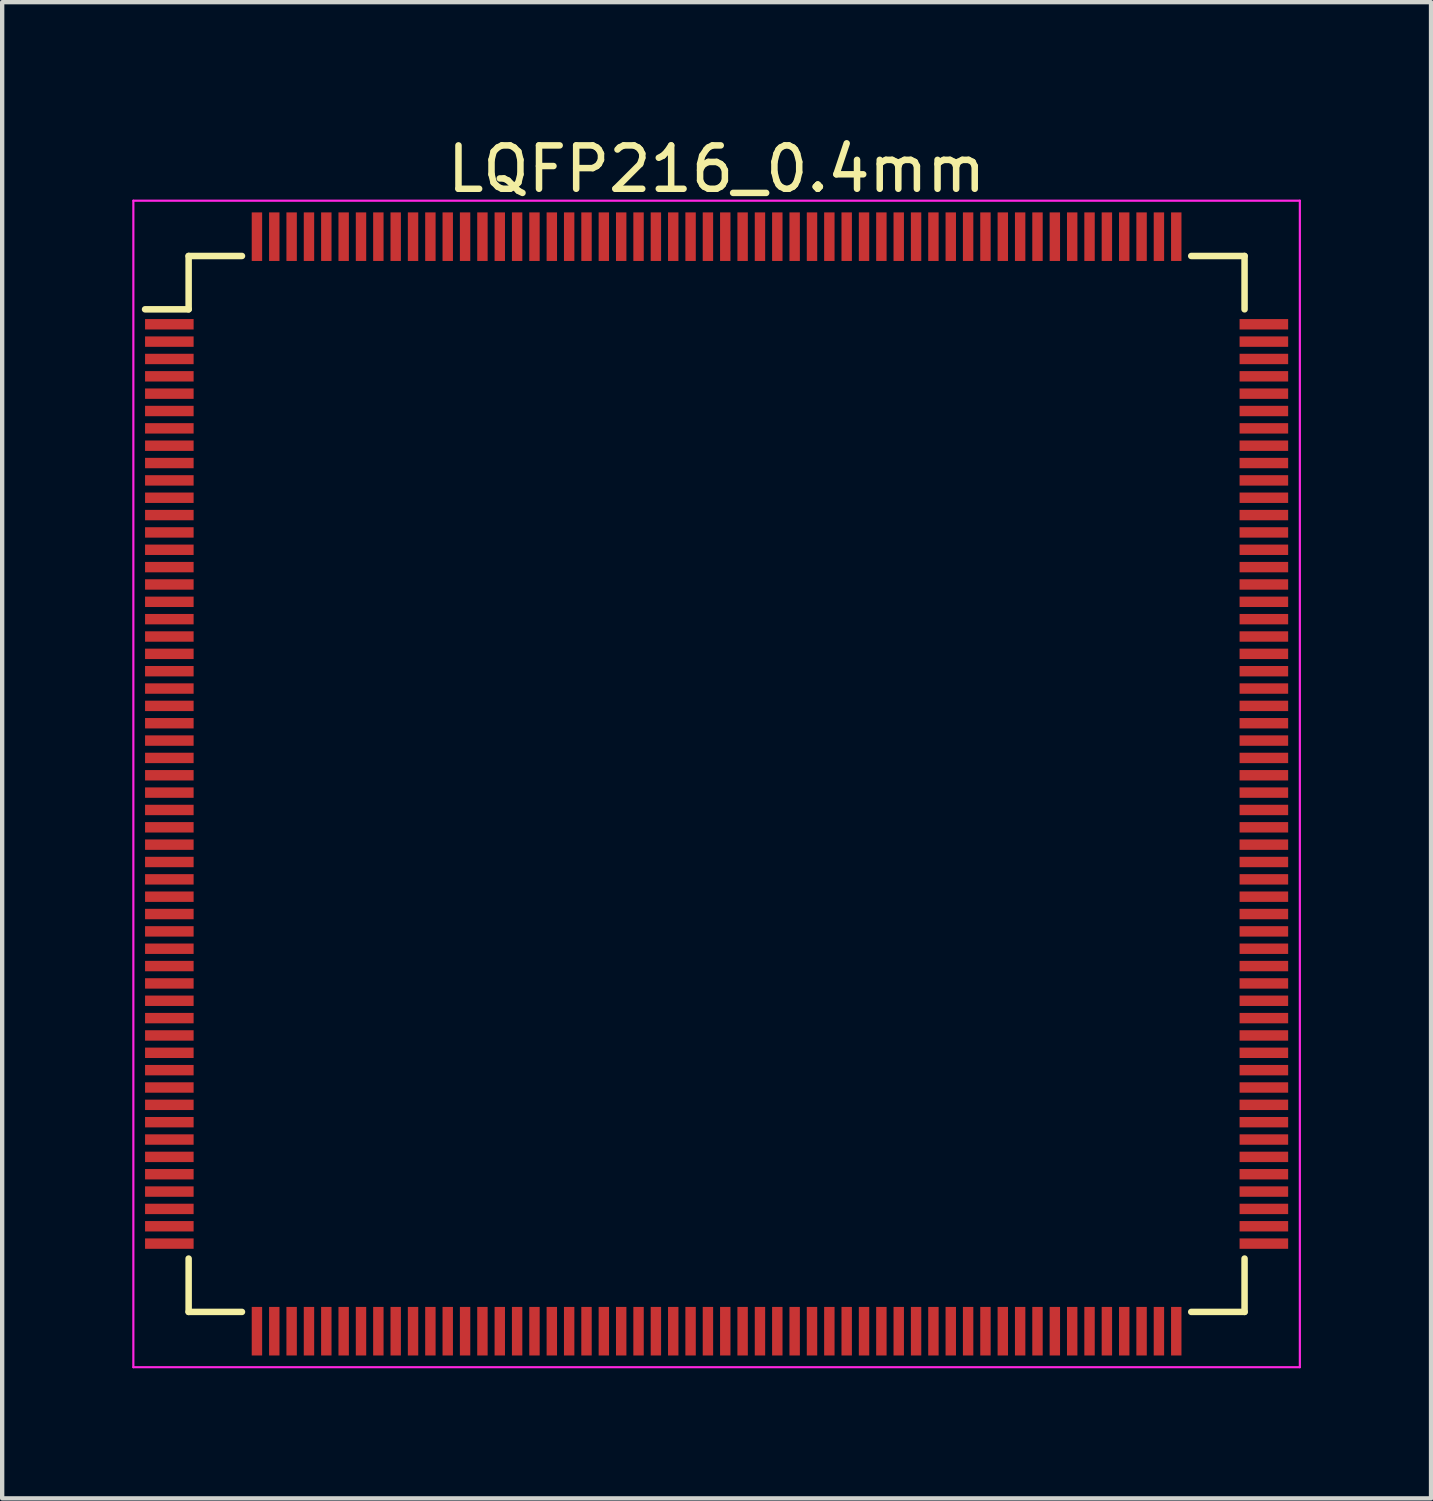
<source format=kicad_pcb>
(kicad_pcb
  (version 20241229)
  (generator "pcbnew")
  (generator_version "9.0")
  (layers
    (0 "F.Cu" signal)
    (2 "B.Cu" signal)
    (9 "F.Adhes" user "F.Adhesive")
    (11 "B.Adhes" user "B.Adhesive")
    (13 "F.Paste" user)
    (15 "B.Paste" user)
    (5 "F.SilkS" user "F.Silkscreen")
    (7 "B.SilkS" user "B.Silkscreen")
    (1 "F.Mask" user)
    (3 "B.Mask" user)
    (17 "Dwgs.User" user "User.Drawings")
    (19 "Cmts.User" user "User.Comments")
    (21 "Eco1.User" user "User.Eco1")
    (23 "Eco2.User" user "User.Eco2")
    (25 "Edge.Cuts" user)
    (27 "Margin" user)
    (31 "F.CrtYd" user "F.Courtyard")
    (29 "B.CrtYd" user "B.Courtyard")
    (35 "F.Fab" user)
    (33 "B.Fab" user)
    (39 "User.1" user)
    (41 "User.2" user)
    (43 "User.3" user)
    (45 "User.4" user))
  (footprint "LQFP216_0.4mm"
    (layer "F.Cu")
    (at 13.475 15.028)
    (property "Reference" "LQFP216_0.4mm" (at 0 -14.18 0) (layer "F.SilkS") (effects (font (size 1 1) (thickness 0.15))))
    (attr smd)
    (fp_line (start -12.175 -12.175) (end -12.175 -10.945) (stroke (width 0.15) (type solid)) (layer "F.SilkS"))
    (fp_line (start -12.175 -12.175) (end -10.945 -12.175) (stroke (width 0.15) (type solid)) (layer "F.SilkS"))
    (fp_line (start -12.175 -10.945) (end -13.18 -10.945) (stroke (width 0.15) (type solid)) (layer "F.SilkS"))
    (fp_line (start -12.175 12.175) (end -12.175 10.945) (stroke (width 0.15) (type solid)) (layer "F.SilkS"))
    (fp_line (start -12.175 12.175) (end -10.945 12.175) (stroke (width 0.15) (type solid)) (layer "F.SilkS"))
    (fp_line (start 12.175 -12.175) (end 10.945 -12.175) (stroke (width 0.15) (type solid)) (layer "F.SilkS"))
    (fp_line (start 12.175 -12.175) (end 12.175 -10.945) (stroke (width 0.15) (type solid)) (layer "F.SilkS"))
    (fp_line (start 12.175 12.175) (end 10.945 12.175) (stroke (width 0.15) (type solid)) (layer "F.SilkS"))
    (fp_line (start 12.175 12.175) (end 12.175 10.945) (stroke (width 0.15) (type solid)) (layer "F.SilkS"))
    (fp_line (start -13.45 -13.45) (end -13.45 13.45) (stroke (width 0.05) (type solid)) (layer "F.CrtYd"))
    (fp_line (start -13.45 -13.45) (end 13.45 -13.45) (stroke (width 0.05) (type solid)) (layer "F.CrtYd"))
    (fp_line (start -13.45 13.45) (end 13.45 13.45) (stroke (width 0.05) (type solid)) (layer "F.CrtYd"))
    (fp_line (start 13.45 -13.45) (end 13.45 13.45) (stroke (width 0.05) (type solid)) (layer "F.CrtYd"))
    (pad "1" smd rect (at -12.62 -10.6) (size 1.12 0.24) (layers "F.Cu" "F.Mask" "F.Paste"))
    (pad "2" smd rect (at -12.62 -10.2) (size 1.12 0.24) (layers "F.Cu" "F.Mask" "F.Paste"))
    (pad "3" smd rect (at -12.62 -9.8) (size 1.12 0.24) (layers "F.Cu" "F.Mask" "F.Paste"))
    (pad "4" smd rect (at -12.62 -9.4) (size 1.12 0.24) (layers "F.Cu" "F.Mask" "F.Paste"))
    (pad "5" smd rect (at -12.62 -9) (size 1.12 0.24) (layers "F.Cu" "F.Mask" "F.Paste"))
    (pad "6" smd rect (at -12.62 -8.6) (size 1.12 0.24) (layers "F.Cu" "F.Mask" "F.Paste"))
    (pad "7" smd rect (at -12.62 -8.2) (size 1.12 0.24) (layers "F.Cu" "F.Mask" "F.Paste"))
    (pad "8" smd rect (at -12.62 -7.8) (size 1.12 0.24) (layers "F.Cu" "F.Mask" "F.Paste"))
    (pad "9" smd rect (at -12.62 -7.4) (size 1.12 0.24) (layers "F.Cu" "F.Mask" "F.Paste"))
    (pad "10" smd rect (at -12.62 -7) (size 1.12 0.24) (layers "F.Cu" "F.Mask" "F.Paste"))
    (pad "11" smd rect (at -12.62 -6.6) (size 1.12 0.24) (layers "F.Cu" "F.Mask" "F.Paste"))
    (pad "12" smd rect (at -12.62 -6.2) (size 1.12 0.24) (layers "F.Cu" "F.Mask" "F.Paste"))
    (pad "13" smd rect (at -12.62 -5.8) (size 1.12 0.24) (layers "F.Cu" "F.Mask" "F.Paste"))
    (pad "14" smd rect (at -12.62 -5.4) (size 1.12 0.24) (layers "F.Cu" "F.Mask" "F.Paste"))
    (pad "15" smd rect (at -12.62 -5) (size 1.12 0.24) (layers "F.Cu" "F.Mask" "F.Paste"))
    (pad "16" smd rect (at -12.62 -4.6) (size 1.12 0.24) (layers "F.Cu" "F.Mask" "F.Paste"))
    (pad "17" smd rect (at -12.62 -4.2) (size 1.12 0.24) (layers "F.Cu" "F.Mask" "F.Paste"))
    (pad "18" smd rect (at -12.62 -3.8) (size 1.12 0.24) (layers "F.Cu" "F.Mask" "F.Paste"))
    (pad "19" smd rect (at -12.62 -3.4) (size 1.12 0.24) (layers "F.Cu" "F.Mask" "F.Paste"))
    (pad "20" smd rect (at -12.62 -3) (size 1.12 0.24) (layers "F.Cu" "F.Mask" "F.Paste"))
    (pad "21" smd rect (at -12.62 -2.6) (size 1.12 0.24) (layers "F.Cu" "F.Mask" "F.Paste"))
    (pad "22" smd rect (at -12.62 -2.2) (size 1.12 0.24) (layers "F.Cu" "F.Mask" "F.Paste"))
    (pad "23" smd rect (at -12.62 -1.8) (size 1.12 0.24) (layers "F.Cu" "F.Mask" "F.Paste"))
    (pad "24" smd rect (at -12.62 -1.4) (size 1.12 0.24) (layers "F.Cu" "F.Mask" "F.Paste"))
    (pad "25" smd rect (at -12.62 -1) (size 1.12 0.24) (layers "F.Cu" "F.Mask" "F.Paste"))
    (pad "26" smd rect (at -12.62 -0.6) (size 1.12 0.24) (layers "F.Cu" "F.Mask" "F.Paste"))
    (pad "27" smd rect (at -12.62 -0.2) (size 1.12 0.24) (layers "F.Cu" "F.Mask" "F.Paste"))
    (pad "28" smd rect (at -12.62 0.2) (size 1.12 0.24) (layers "F.Cu" "F.Mask" "F.Paste"))
    (pad "29" smd rect (at -12.62 0.6) (size 1.12 0.24) (layers "F.Cu" "F.Mask" "F.Paste"))
    (pad "30" smd rect (at -12.62 1) (size 1.12 0.24) (layers "F.Cu" "F.Mask" "F.Paste"))
    (pad "31" smd rect (at -12.62 1.4) (size 1.12 0.24) (layers "F.Cu" "F.Mask" "F.Paste"))
    (pad "32" smd rect (at -12.62 1.8) (size 1.12 0.24) (layers "F.Cu" "F.Mask" "F.Paste"))
    (pad "33" smd rect (at -12.62 2.2) (size 1.12 0.24) (layers "F.Cu" "F.Mask" "F.Paste"))
    (pad "34" smd rect (at -12.62 2.6) (size 1.12 0.24) (layers "F.Cu" "F.Mask" "F.Paste"))
    (pad "35" smd rect (at -12.62 3) (size 1.12 0.24) (layers "F.Cu" "F.Mask" "F.Paste"))
    (pad "36" smd rect (at -12.62 3.4) (size 1.12 0.24) (layers "F.Cu" "F.Mask" "F.Paste"))
    (pad "37" smd rect (at -12.62 3.8) (size 1.12 0.24) (layers "F.Cu" "F.Mask" "F.Paste"))
    (pad "38" smd rect (at -12.62 4.2) (size 1.12 0.24) (layers "F.Cu" "F.Mask" "F.Paste"))
    (pad "39" smd rect (at -12.62 4.6) (size 1.12 0.24) (layers "F.Cu" "F.Mask" "F.Paste"))
    (pad "40" smd rect (at -12.62 5) (size 1.12 0.24) (layers "F.Cu" "F.Mask" "F.Paste"))
    (pad "41" smd rect (at -12.62 5.4) (size 1.12 0.24) (layers "F.Cu" "F.Mask" "F.Paste"))
    (pad "42" smd rect (at -12.62 5.8) (size 1.12 0.24) (layers "F.Cu" "F.Mask" "F.Paste"))
    (pad "43" smd rect (at -12.62 6.2) (size 1.12 0.24) (layers "F.Cu" "F.Mask" "F.Paste"))
    (pad "44" smd rect (at -12.62 6.6) (size 1.12 0.24) (layers "F.Cu" "F.Mask" "F.Paste"))
    (pad "45" smd rect (at -12.62 7) (size 1.12 0.24) (layers "F.Cu" "F.Mask" "F.Paste"))
    (pad "46" smd rect (at -12.62 7.4) (size 1.12 0.24) (layers "F.Cu" "F.Mask" "F.Paste"))
    (pad "47" smd rect (at -12.62 7.8) (size 1.12 0.24) (layers "F.Cu" "F.Mask" "F.Paste"))
    (pad "48" smd rect (at -12.62 8.2) (size 1.12 0.24) (layers "F.Cu" "F.Mask" "F.Paste"))
    (pad "49" smd rect (at -12.62 8.6) (size 1.12 0.24) (layers "F.Cu" "F.Mask" "F.Paste"))
    (pad "50" smd rect (at -12.62 9) (size 1.12 0.24) (layers "F.Cu" "F.Mask" "F.Paste"))
    (pad "51" smd rect (at -12.62 9.4) (size 1.12 0.24) (layers "F.Cu" "F.Mask" "F.Paste"))
    (pad "52" smd rect (at -12.62 9.8) (size 1.12 0.24) (layers "F.Cu" "F.Mask" "F.Paste"))
    (pad "53" smd rect (at -12.62 10.2) (size 1.12 0.24) (layers "F.Cu" "F.Mask" "F.Paste"))
    (pad "54" smd rect (at -12.62 10.6) (size 1.12 0.24) (layers "F.Cu" "F.Mask" "F.Paste"))
    (pad "55" smd rect (at -10.6 12.62 90) (size 1.12 0.24) (layers "F.Cu" "F.Mask" "F.Paste"))
    (pad "56" smd rect (at -10.2 12.62 90) (size 1.12 0.24) (layers "F.Cu" "F.Mask" "F.Paste"))
    (pad "57" smd rect (at -9.8 12.62 90) (size 1.12 0.24) (layers "F.Cu" "F.Mask" "F.Paste"))
    (pad "58" smd rect (at -9.4 12.62 90) (size 1.12 0.24) (layers "F.Cu" "F.Mask" "F.Paste"))
    (pad "59" smd rect (at -9 12.62 90) (size 1.12 0.24) (layers "F.Cu" "F.Mask" "F.Paste"))
    (pad "60" smd rect (at -8.6 12.62 90) (size 1.12 0.24) (layers "F.Cu" "F.Mask" "F.Paste"))
    (pad "61" smd rect (at -8.2 12.62 90) (size 1.12 0.24) (layers "F.Cu" "F.Mask" "F.Paste"))
    (pad "62" smd rect (at -7.8 12.62 90) (size 1.12 0.24) (layers "F.Cu" "F.Mask" "F.Paste"))
    (pad "63" smd rect (at -7.4 12.62 90) (size 1.12 0.24) (layers "F.Cu" "F.Mask" "F.Paste"))
    (pad "64" smd rect (at -7 12.62 90) (size 1.12 0.24) (layers "F.Cu" "F.Mask" "F.Paste"))
    (pad "65" smd rect (at -6.6 12.62 90) (size 1.12 0.24) (layers "F.Cu" "F.Mask" "F.Paste"))
    (pad "66" smd rect (at -6.2 12.62 90) (size 1.12 0.24) (layers "F.Cu" "F.Mask" "F.Paste"))
    (pad "67" smd rect (at -5.8 12.62 90) (size 1.12 0.24) (layers "F.Cu" "F.Mask" "F.Paste"))
    (pad "68" smd rect (at -5.4 12.62 90) (size 1.12 0.24) (layers "F.Cu" "F.Mask" "F.Paste"))
    (pad "69" smd rect (at -5 12.62 90) (size 1.12 0.24) (layers "F.Cu" "F.Mask" "F.Paste"))
    (pad "70" smd rect (at -4.6 12.62 90) (size 1.12 0.24) (layers "F.Cu" "F.Mask" "F.Paste"))
    (pad "71" smd rect (at -4.2 12.62 90) (size 1.12 0.24) (layers "F.Cu" "F.Mask" "F.Paste"))
    (pad "72" smd rect (at -3.8 12.62 90) (size 1.12 0.24) (layers "F.Cu" "F.Mask" "F.Paste"))
    (pad "73" smd rect (at -3.4 12.62 90) (size 1.12 0.24) (layers "F.Cu" "F.Mask" "F.Paste"))
    (pad "74" smd rect (at -3 12.62 90) (size 1.12 0.24) (layers "F.Cu" "F.Mask" "F.Paste"))
    (pad "75" smd rect (at -2.6 12.62 90) (size 1.12 0.24) (layers "F.Cu" "F.Mask" "F.Paste"))
    (pad "76" smd rect (at -2.2 12.62 90) (size 1.12 0.24) (layers "F.Cu" "F.Mask" "F.Paste"))
    (pad "77" smd rect (at -1.8 12.62 90) (size 1.12 0.24) (layers "F.Cu" "F.Mask" "F.Paste"))
    (pad "78" smd rect (at -1.4 12.62 90) (size 1.12 0.24) (layers "F.Cu" "F.Mask" "F.Paste"))
    (pad "79" smd rect (at -1 12.62 90) (size 1.12 0.24) (layers "F.Cu" "F.Mask" "F.Paste"))
    (pad "80" smd rect (at -0.6 12.62 90) (size 1.12 0.24) (layers "F.Cu" "F.Mask" "F.Paste"))
    (pad "81" smd rect (at -0.2 12.62 90) (size 1.12 0.24) (layers "F.Cu" "F.Mask" "F.Paste"))
    (pad "82" smd rect (at 0.2 12.62 90) (size 1.12 0.24) (layers "F.Cu" "F.Mask" "F.Paste"))
    (pad "83" smd rect (at 0.6 12.62 90) (size 1.12 0.24) (layers "F.Cu" "F.Mask" "F.Paste"))
    (pad "84" smd rect (at 1 12.62 90) (size 1.12 0.24) (layers "F.Cu" "F.Mask" "F.Paste"))
    (pad "85" smd rect (at 1.4 12.62 90) (size 1.12 0.24) (layers "F.Cu" "F.Mask" "F.Paste"))
    (pad "86" smd rect (at 1.8 12.62 90) (size 1.12 0.24) (layers "F.Cu" "F.Mask" "F.Paste"))
    (pad "87" smd rect (at 2.2 12.62 90) (size 1.12 0.24) (layers "F.Cu" "F.Mask" "F.Paste"))
    (pad "88" smd rect (at 2.6 12.62 90) (size 1.12 0.24) (layers "F.Cu" "F.Mask" "F.Paste"))
    (pad "89" smd rect (at 3 12.62 90) (size 1.12 0.24) (layers "F.Cu" "F.Mask" "F.Paste"))
    (pad "90" smd rect (at 3.4 12.62 90) (size 1.12 0.24) (layers "F.Cu" "F.Mask" "F.Paste"))
    (pad "91" smd rect (at 3.8 12.62 90) (size 1.12 0.24) (layers "F.Cu" "F.Mask" "F.Paste"))
    (pad "92" smd rect (at 4.2 12.62 90) (size 1.12 0.24) (layers "F.Cu" "F.Mask" "F.Paste"))
    (pad "93" smd rect (at 4.6 12.62 90) (size 1.12 0.24) (layers "F.Cu" "F.Mask" "F.Paste"))
    (pad "94" smd rect (at 5 12.62 90) (size 1.12 0.24) (layers "F.Cu" "F.Mask" "F.Paste"))
    (pad "95" smd rect (at 5.4 12.62 90) (size 1.12 0.24) (layers "F.Cu" "F.Mask" "F.Paste"))
    (pad "96" smd rect (at 5.8 12.62 90) (size 1.12 0.24) (layers "F.Cu" "F.Mask" "F.Paste"))
    (pad "97" smd rect (at 6.2 12.62 90) (size 1.12 0.24) (layers "F.Cu" "F.Mask" "F.Paste"))
    (pad "98" smd rect (at 6.6 12.62 90) (size 1.12 0.24) (layers "F.Cu" "F.Mask" "F.Paste"))
    (pad "99" smd rect (at 7 12.62 90) (size 1.12 0.24) (layers "F.Cu" "F.Mask" "F.Paste"))
    (pad "100" smd rect (at 7.4 12.62 90) (size 1.12 0.24) (layers "F.Cu" "F.Mask" "F.Paste"))
    (pad "101" smd rect (at 7.8 12.62 90) (size 1.12 0.24) (layers "F.Cu" "F.Mask" "F.Paste"))
    (pad "102" smd rect (at 8.2 12.62 90) (size 1.12 0.24) (layers "F.Cu" "F.Mask" "F.Paste"))
    (pad "103" smd rect (at 8.6 12.62 90) (size 1.12 0.24) (layers "F.Cu" "F.Mask" "F.Paste"))
    (pad "104" smd rect (at 9 12.62 90) (size 1.12 0.24) (layers "F.Cu" "F.Mask" "F.Paste"))
    (pad "105" smd rect (at 9.4 12.62 90) (size 1.12 0.24) (layers "F.Cu" "F.Mask" "F.Paste"))
    (pad "106" smd rect (at 9.8 12.62 90) (size 1.12 0.24) (layers "F.Cu" "F.Mask" "F.Paste"))
    (pad "107" smd rect (at 10.2 12.62 90) (size 1.12 0.24) (layers "F.Cu" "F.Mask" "F.Paste"))
    (pad "108" smd rect (at 10.6 12.62 90) (size 1.12 0.24) (layers "F.Cu" "F.Mask" "F.Paste"))
    (pad "109" smd rect (at 12.62 10.6) (size 1.12 0.24) (layers "F.Cu" "F.Mask" "F.Paste"))
    (pad "110" smd rect (at 12.62 10.2) (size 1.12 0.24) (layers "F.Cu" "F.Mask" "F.Paste"))
    (pad "111" smd rect (at 12.62 9.8) (size 1.12 0.24) (layers "F.Cu" "F.Mask" "F.Paste"))
    (pad "112" smd rect (at 12.62 9.4) (size 1.12 0.24) (layers "F.Cu" "F.Mask" "F.Paste"))
    (pad "113" smd rect (at 12.62 9) (size 1.12 0.24) (layers "F.Cu" "F.Mask" "F.Paste"))
    (pad "114" smd rect (at 12.62 8.6) (size 1.12 0.24) (layers "F.Cu" "F.Mask" "F.Paste"))
    (pad "115" smd rect (at 12.62 8.2) (size 1.12 0.24) (layers "F.Cu" "F.Mask" "F.Paste"))
    (pad "116" smd rect (at 12.62 7.8) (size 1.12 0.24) (layers "F.Cu" "F.Mask" "F.Paste"))
    (pad "117" smd rect (at 12.62 7.4) (size 1.12 0.24) (layers "F.Cu" "F.Mask" "F.Paste"))
    (pad "118" smd rect (at 12.62 7) (size 1.12 0.24) (layers "F.Cu" "F.Mask" "F.Paste"))
    (pad "119" smd rect (at 12.62 6.6) (size 1.12 0.24) (layers "F.Cu" "F.Mask" "F.Paste"))
    (pad "120" smd rect (at 12.62 6.2) (size 1.12 0.24) (layers "F.Cu" "F.Mask" "F.Paste"))
    (pad "121" smd rect (at 12.62 5.8) (size 1.12 0.24) (layers "F.Cu" "F.Mask" "F.Paste"))
    (pad "122" smd rect (at 12.62 5.4) (size 1.12 0.24) (layers "F.Cu" "F.Mask" "F.Paste"))
    (pad "123" smd rect (at 12.62 5) (size 1.12 0.24) (layers "F.Cu" "F.Mask" "F.Paste"))
    (pad "124" smd rect (at 12.62 4.6) (size 1.12 0.24) (layers "F.Cu" "F.Mask" "F.Paste"))
    (pad "125" smd rect (at 12.62 4.2) (size 1.12 0.24) (layers "F.Cu" "F.Mask" "F.Paste"))
    (pad "126" smd rect (at 12.62 3.8) (size 1.12 0.24) (layers "F.Cu" "F.Mask" "F.Paste"))
    (pad "127" smd rect (at 12.62 3.4) (size 1.12 0.24) (layers "F.Cu" "F.Mask" "F.Paste"))
    (pad "128" smd rect (at 12.62 3) (size 1.12 0.24) (layers "F.Cu" "F.Mask" "F.Paste"))
    (pad "129" smd rect (at 12.62 2.6) (size 1.12 0.24) (layers "F.Cu" "F.Mask" "F.Paste"))
    (pad "130" smd rect (at 12.62 2.2) (size 1.12 0.24) (layers "F.Cu" "F.Mask" "F.Paste"))
    (pad "131" smd rect (at 12.62 1.8) (size 1.12 0.24) (layers "F.Cu" "F.Mask" "F.Paste"))
    (pad "132" smd rect (at 12.62 1.4) (size 1.12 0.24) (layers "F.Cu" "F.Mask" "F.Paste"))
    (pad "133" smd rect (at 12.62 1) (size 1.12 0.24) (layers "F.Cu" "F.Mask" "F.Paste"))
    (pad "134" smd rect (at 12.62 0.6) (size 1.12 0.24) (layers "F.Cu" "F.Mask" "F.Paste"))
    (pad "135" smd rect (at 12.62 0.2) (size 1.12 0.24) (layers "F.Cu" "F.Mask" "F.Paste"))
    (pad "136" smd rect (at 12.62 -0.2) (size 1.12 0.24) (layers "F.Cu" "F.Mask" "F.Paste"))
    (pad "137" smd rect (at 12.62 -0.6) (size 1.12 0.24) (layers "F.Cu" "F.Mask" "F.Paste"))
    (pad "138" smd rect (at 12.62 -1) (size 1.12 0.24) (layers "F.Cu" "F.Mask" "F.Paste"))
    (pad "139" smd rect (at 12.62 -1.4) (size 1.12 0.24) (layers "F.Cu" "F.Mask" "F.Paste"))
    (pad "140" smd rect (at 12.62 -1.8) (size 1.12 0.24) (layers "F.Cu" "F.Mask" "F.Paste"))
    (pad "141" smd rect (at 12.62 -2.2) (size 1.12 0.24) (layers "F.Cu" "F.Mask" "F.Paste"))
    (pad "142" smd rect (at 12.62 -2.6) (size 1.12 0.24) (layers "F.Cu" "F.Mask" "F.Paste"))
    (pad "143" smd rect (at 12.62 -3) (size 1.12 0.24) (layers "F.Cu" "F.Mask" "F.Paste"))
    (pad "144" smd rect (at 12.62 -3.4) (size 1.12 0.24) (layers "F.Cu" "F.Mask" "F.Paste"))
    (pad "145" smd rect (at 12.62 -3.8) (size 1.12 0.24) (layers "F.Cu" "F.Mask" "F.Paste"))
    (pad "146" smd rect (at 12.62 -4.2) (size 1.12 0.24) (layers "F.Cu" "F.Mask" "F.Paste"))
    (pad "147" smd rect (at 12.62 -4.6) (size 1.12 0.24) (layers "F.Cu" "F.Mask" "F.Paste"))
    (pad "148" smd rect (at 12.62 -5) (size 1.12 0.24) (layers "F.Cu" "F.Mask" "F.Paste"))
    (pad "149" smd rect (at 12.62 -5.4) (size 1.12 0.24) (layers "F.Cu" "F.Mask" "F.Paste"))
    (pad "150" smd rect (at 12.62 -5.8) (size 1.12 0.24) (layers "F.Cu" "F.Mask" "F.Paste"))
    (pad "151" smd rect (at 12.62 -6.2) (size 1.12 0.24) (layers "F.Cu" "F.Mask" "F.Paste"))
    (pad "152" smd rect (at 12.62 -6.6) (size 1.12 0.24) (layers "F.Cu" "F.Mask" "F.Paste"))
    (pad "153" smd rect (at 12.62 -7) (size 1.12 0.24) (layers "F.Cu" "F.Mask" "F.Paste"))
    (pad "154" smd rect (at 12.62 -7.4) (size 1.12 0.24) (layers "F.Cu" "F.Mask" "F.Paste"))
    (pad "155" smd rect (at 12.62 -7.8) (size 1.12 0.24) (layers "F.Cu" "F.Mask" "F.Paste"))
    (pad "156" smd rect (at 12.62 -8.2) (size 1.12 0.24) (layers "F.Cu" "F.Mask" "F.Paste"))
    (pad "157" smd rect (at 12.62 -8.6) (size 1.12 0.24) (layers "F.Cu" "F.Mask" "F.Paste"))
    (pad "158" smd rect (at 12.62 -9) (size 1.12 0.24) (layers "F.Cu" "F.Mask" "F.Paste"))
    (pad "159" smd rect (at 12.62 -9.4) (size 1.12 0.24) (layers "F.Cu" "F.Mask" "F.Paste"))
    (pad "160" smd rect (at 12.62 -9.8) (size 1.12 0.24) (layers "F.Cu" "F.Mask" "F.Paste"))
    (pad "161" smd rect (at 12.62 -10.2) (size 1.12 0.24) (layers "F.Cu" "F.Mask" "F.Paste"))
    (pad "162" smd rect (at 12.62 -10.6) (size 1.12 0.24) (layers "F.Cu" "F.Mask" "F.Paste"))
    (pad "163" smd rect (at 10.6 -12.62 90) (size 1.12 0.24) (layers "F.Cu" "F.Mask" "F.Paste"))
    (pad "164" smd rect (at 10.2 -12.62 90) (size 1.12 0.24) (layers "F.Cu" "F.Mask" "F.Paste"))
    (pad "165" smd rect (at 9.8 -12.62 90) (size 1.12 0.24) (layers "F.Cu" "F.Mask" "F.Paste"))
    (pad "166" smd rect (at 9.4 -12.62 90) (size 1.12 0.24) (layers "F.Cu" "F.Mask" "F.Paste"))
    (pad "167" smd rect (at 9 -12.62 90) (size 1.12 0.24) (layers "F.Cu" "F.Mask" "F.Paste"))
    (pad "168" smd rect (at 8.6 -12.62 90) (size 1.12 0.24) (layers "F.Cu" "F.Mask" "F.Paste"))
    (pad "169" smd rect (at 8.2 -12.62 90) (size 1.12 0.24) (layers "F.Cu" "F.Mask" "F.Paste"))
    (pad "170" smd rect (at 7.8 -12.62 90) (size 1.12 0.24) (layers "F.Cu" "F.Mask" "F.Paste"))
    (pad "171" smd rect (at 7.4 -12.62 90) (size 1.12 0.24) (layers "F.Cu" "F.Mask" "F.Paste"))
    (pad "172" smd rect (at 7 -12.62 90) (size 1.12 0.24) (layers "F.Cu" "F.Mask" "F.Paste"))
    (pad "173" smd rect (at 6.6 -12.62 90) (size 1.12 0.24) (layers "F.Cu" "F.Mask" "F.Paste"))
    (pad "174" smd rect (at 6.2 -12.62 90) (size 1.12 0.24) (layers "F.Cu" "F.Mask" "F.Paste"))
    (pad "175" smd rect (at 5.8 -12.62 90) (size 1.12 0.24) (layers "F.Cu" "F.Mask" "F.Paste"))
    (pad "176" smd rect (at 5.4 -12.62 90) (size 1.12 0.24) (layers "F.Cu" "F.Mask" "F.Paste"))
    (pad "177" smd rect (at 5 -12.62 90) (size 1.12 0.24) (layers "F.Cu" "F.Mask" "F.Paste"))
    (pad "178" smd rect (at 4.6 -12.62 90) (size 1.12 0.24) (layers "F.Cu" "F.Mask" "F.Paste"))
    (pad "179" smd rect (at 4.2 -12.62 90) (size 1.12 0.24) (layers "F.Cu" "F.Mask" "F.Paste"))
    (pad "180" smd rect (at 3.8 -12.62 90) (size 1.12 0.24) (layers "F.Cu" "F.Mask" "F.Paste"))
    (pad "181" smd rect (at 3.4 -12.62 90) (size 1.12 0.24) (layers "F.Cu" "F.Mask" "F.Paste"))
    (pad "182" smd rect (at 3 -12.62 90) (size 1.12 0.24) (layers "F.Cu" "F.Mask" "F.Paste"))
    (pad "183" smd rect (at 2.6 -12.62 90) (size 1.12 0.24) (layers "F.Cu" "F.Mask" "F.Paste"))
    (pad "184" smd rect (at 2.2 -12.62 90) (size 1.12 0.24) (layers "F.Cu" "F.Mask" "F.Paste"))
    (pad "185" smd rect (at 1.8 -12.62 90) (size 1.12 0.24) (layers "F.Cu" "F.Mask" "F.Paste"))
    (pad "186" smd rect (at 1.4 -12.62 90) (size 1.12 0.24) (layers "F.Cu" "F.Mask" "F.Paste"))
    (pad "187" smd rect (at 1 -12.62 90) (size 1.12 0.24) (layers "F.Cu" "F.Mask" "F.Paste"))
    (pad "188" smd rect (at 0.6 -12.62 90) (size 1.12 0.24) (layers "F.Cu" "F.Mask" "F.Paste"))
    (pad "189" smd rect (at 0.2 -12.62 90) (size 1.12 0.24) (layers "F.Cu" "F.Mask" "F.Paste"))
    (pad "190" smd rect (at -0.2 -12.62 90) (size 1.12 0.24) (layers "F.Cu" "F.Mask" "F.Paste"))
    (pad "191" smd rect (at -0.6 -12.62 90) (size 1.12 0.24) (layers "F.Cu" "F.Mask" "F.Paste"))
    (pad "192" smd rect (at -1 -12.62 90) (size 1.12 0.24) (layers "F.Cu" "F.Mask" "F.Paste"))
    (pad "193" smd rect (at -1.4 -12.62 90) (size 1.12 0.24) (layers "F.Cu" "F.Mask" "F.Paste"))
    (pad "194" smd rect (at -1.8 -12.62 90) (size 1.12 0.24) (layers "F.Cu" "F.Mask" "F.Paste"))
    (pad "195" smd rect (at -2.2 -12.62 90) (size 1.12 0.24) (layers "F.Cu" "F.Mask" "F.Paste"))
    (pad "196" smd rect (at -2.6 -12.62 90) (size 1.12 0.24) (layers "F.Cu" "F.Mask" "F.Paste"))
    (pad "197" smd rect (at -3 -12.62 90) (size 1.12 0.24) (layers "F.Cu" "F.Mask" "F.Paste"))
    (pad "198" smd rect (at -3.4 -12.62 90) (size 1.12 0.24) (layers "F.Cu" "F.Mask" "F.Paste"))
    (pad "199" smd rect (at -3.8 -12.62 90) (size 1.12 0.24) (layers "F.Cu" "F.Mask" "F.Paste"))
    (pad "200" smd rect (at -4.2 -12.62 90) (size 1.12 0.24) (layers "F.Cu" "F.Mask" "F.Paste"))
    (pad "201" smd rect (at -4.6 -12.62 90) (size 1.12 0.24) (layers "F.Cu" "F.Mask" "F.Paste"))
    (pad "202" smd rect (at -5 -12.62 90) (size 1.12 0.24) (layers "F.Cu" "F.Mask" "F.Paste"))
    (pad "203" smd rect (at -5.4 -12.62 90) (size 1.12 0.24) (layers "F.Cu" "F.Mask" "F.Paste"))
    (pad "204" smd rect (at -5.8 -12.62 90) (size 1.12 0.24) (layers "F.Cu" "F.Mask" "F.Paste"))
    (pad "205" smd rect (at -6.2 -12.62 90) (size 1.12 0.24) (layers "F.Cu" "F.Mask" "F.Paste"))
    (pad "206" smd rect (at -6.6 -12.62 90) (size 1.12 0.24) (layers "F.Cu" "F.Mask" "F.Paste"))
    (pad "207" smd rect (at -7 -12.62 90) (size 1.12 0.24) (layers "F.Cu" "F.Mask" "F.Paste"))
    (pad "208" smd rect (at -7.4 -12.62 90) (size 1.12 0.24) (layers "F.Cu" "F.Mask" "F.Paste"))
    (pad "209" smd rect (at -7.8 -12.62 90) (size 1.12 0.24) (layers "F.Cu" "F.Mask" "F.Paste"))
    (pad "210" smd rect (at -8.2 -12.62 90) (size 1.12 0.24) (layers "F.Cu" "F.Mask" "F.Paste"))
    (pad "211" smd rect (at -8.6 -12.62 90) (size 1.12 0.24) (layers "F.Cu" "F.Mask" "F.Paste"))
    (pad "212" smd rect (at -9 -12.62 90) (size 1.12 0.24) (layers "F.Cu" "F.Mask" "F.Paste"))
    (pad "213" smd rect (at -9.4 -12.62 90) (size 1.12 0.24) (layers "F.Cu" "F.Mask" "F.Paste"))
    (pad "214" smd rect (at -9.8 -12.62 90) (size 1.12 0.24) (layers "F.Cu" "F.Mask" "F.Paste"))
    (pad "215" smd rect (at -10.2 -12.62 90) (size 1.12 0.24) (layers "F.Cu" "F.Mask" "F.Paste"))
    (pad "216" smd rect (at -10.6 -12.62 90) (size 1.12 0.24) (layers "F.Cu" "F.Mask" "F.Paste")))
  (gr_rect
    (start -3 -3)
    (end 29.95 31.503)
    (stroke (width 0.1) (type default))
    (fill no)
    (layer "Edge.Cuts")))
</source>
